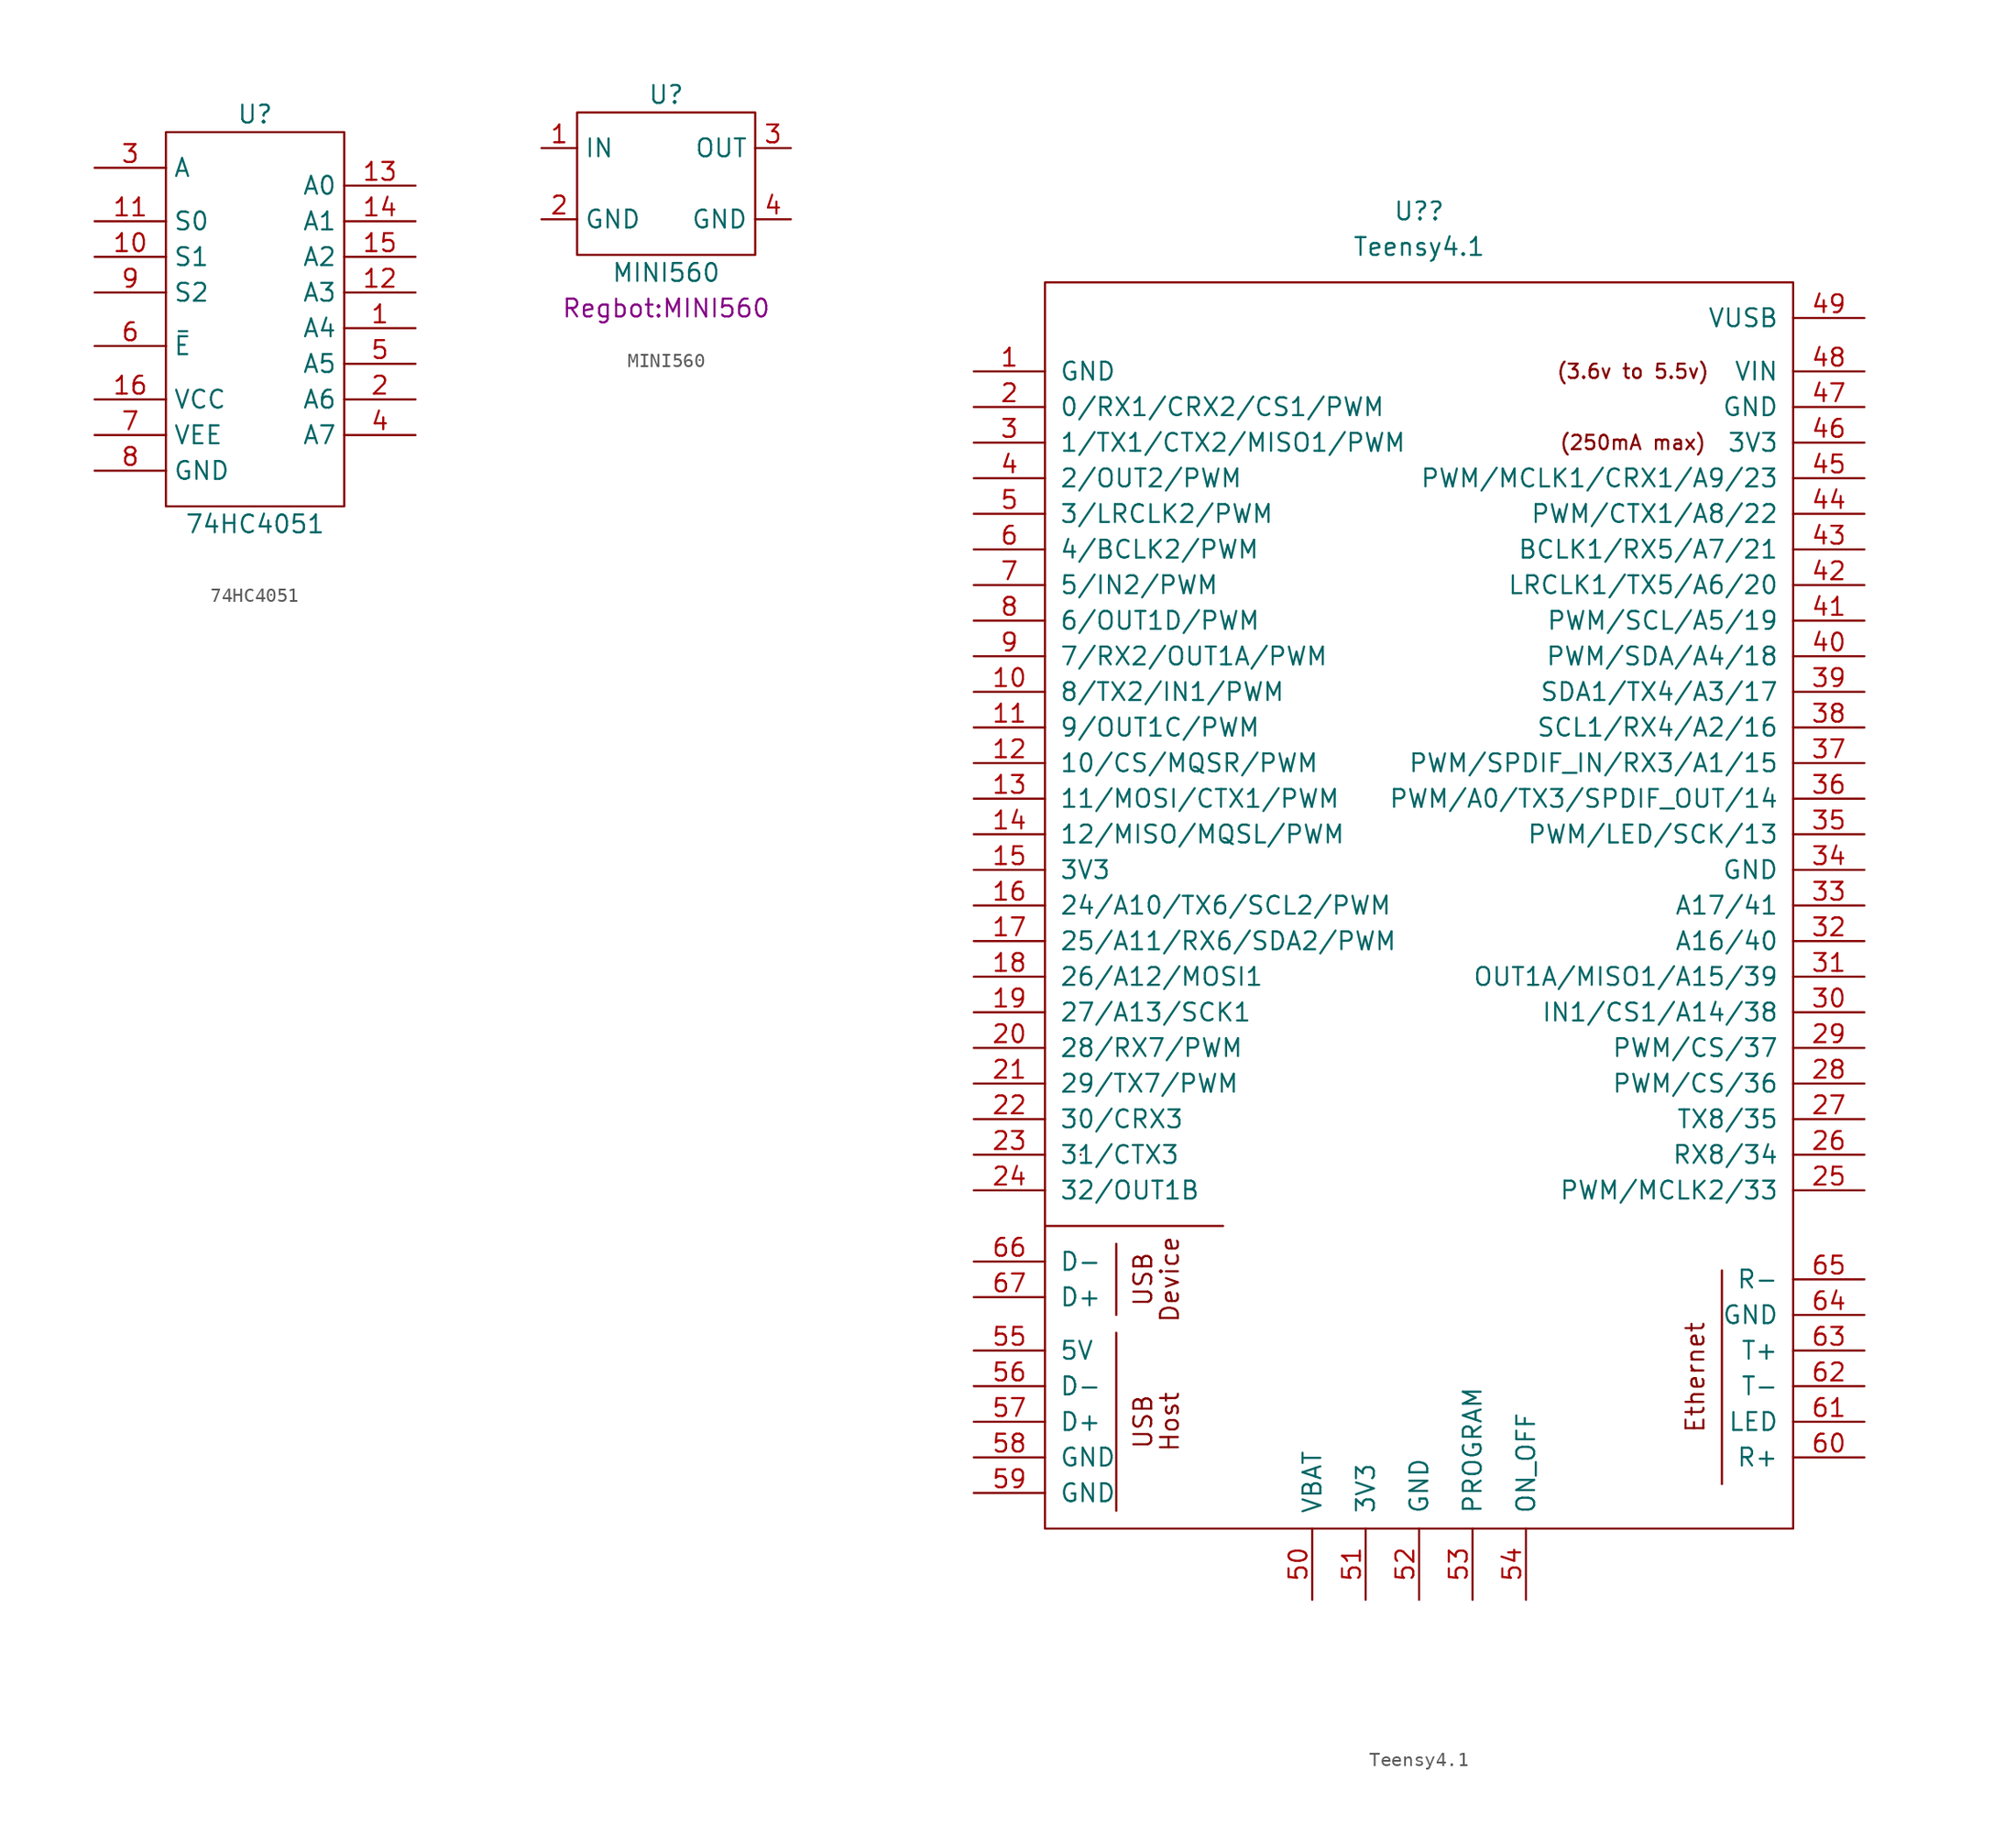
<source format=kicad_sym>
(kicad_symbol_lib
  (version 20211014)
  (generator kicad_symbol_editor)
  (symbol "74HC4051"
    (property "Reference" "U"
      (at 0 13.97 0)
      (effects (font (size 1.27 1.27))))
    (property "Value" "74HC4051"
      (at 0 -15.24 0)
      (effects (font (size 1.27 1.27))))
    (symbol "74HC4051_0_0"
      (pin bidirectional line (at 11.43 -1.27 180) (length 5.08) (name "A4" (effects (font (size 1.27 1.27)))) (number "1" (effects (font (size 1.27 1.27)))))
      (pin input line (at -11.43 3.81 0) (length 5.08) (name "S1" (effects (font (size 1.27 1.27)))) (number "10" (effects (font (size 1.27 1.27)))))
      (pin input line (at -11.43 6.35 0) (length 5.08) (name "S0" (effects (font (size 1.27 1.27)))) (number "11" (effects (font (size 1.27 1.27)))))
      (pin bidirectional line (at 11.43 1.27 180) (length 5.08) (name "A3" (effects (font (size 1.27 1.27)))) (number "12" (effects (font (size 1.27 1.27)))))
      (pin bidirectional line (at 11.43 8.89 180) (length 5.08) (name "A0" (effects (font (size 1.27 1.27)))) (number "13" (effects (font (size 1.27 1.27)))))
      (pin bidirectional line (at 11.43 6.35 180) (length 5.08) (name "A1" (effects (font (size 1.27 1.27)))) (number "14" (effects (font (size 1.27 1.27)))))
      (pin bidirectional line (at 11.43 3.81 180) (length 5.08) (name "A2" (effects (font (size 1.27 1.27)))) (number "15" (effects (font (size 1.27 1.27)))))
      (pin power_in line (at -11.43 -6.35 0) (length 5.08) (name "VCC" (effects (font (size 1.27 1.27)))) (number "16" (effects (font (size 1.27 1.27)))))
      (pin bidirectional line (at 11.43 -6.35 180) (length 5.08) (name "A6" (effects (font (size 1.27 1.27)))) (number "2" (effects (font (size 1.27 1.27)))))
      (pin bidirectional line (at -11.43 10.16 0) (length 5.08) (name "A" (effects (font (size 1.27 1.27)))) (number "3" (effects (font (size 1.27 1.27)))))
      (pin bidirectional line (at 11.43 -8.89 180) (length 5.08) (name "A7" (effects (font (size 1.27 1.27)))) (number "4" (effects (font (size 1.27 1.27)))))
      (pin bidirectional line (at 11.43 -3.81 180) (length 5.08) (name "A5" (effects (font (size 1.27 1.27)))) (number "5" (effects (font (size 1.27 1.27)))))
      (pin input line (at -11.43 -2.54 0) (length 5.08) (name "Ē" (effects (font (size 1.27 1.27)))) (number "6" (effects (font (size 1.27 1.27)))))
      (pin power_in line (at -11.43 -8.89 0) (length 5.08) (name "VEE" (effects (font (size 1.27 1.27)))) (number "7" (effects (font (size 1.27 1.27)))))
      (pin power_in line (at -11.43 -11.43 0) (length 5.08) (name "GND" (effects (font (size 1.27 1.27)))) (number "8" (effects (font (size 1.27 1.27)))))
      (pin input line (at -11.43 1.27 0) (length 5.08) (name "S2" (effects (font (size 1.27 1.27)))) (number "9" (effects (font (size 1.27 1.27))))))
    (symbol "74HC4051_0_1"
      (rectangle (start -6.35 12.7) (end 6.35 -13.97) (stroke (width 0) (type default) (color 0 0 0 0)) (fill (type none)))))
  (symbol "MINI560"
    (property "Reference" "U"
      (at 0 6.35 0)
      (effects (font (size 1.27 1.27))))
    (property "Value" "MINI560"
      (at 0 -6.35 0)
      (effects (font (size 1.27 1.27))))
    (property "Footprint" "Regbot:MINI560"
      (at 0 -8.89 0)
      (effects (font (size 1.27 1.27))))
    (symbol "MINI560_0_1"
      (rectangle (start -6.35 5.08) (end 6.35 -5.08) (stroke (width 0) (type default) (color 0 0 0 0)) (fill (type none))))
    (symbol "MINI560_1_1"
      (pin power_in line (at -8.89 2.54 0) (length 2.54) (name "IN" (effects (font (size 1.27 1.27)))) (number "1" (effects (font (size 1.27 1.27)))))
      (pin power_in line (at -8.89 -2.54 0) (length 2.54) (name "GND" (effects (font (size 1.27 1.27)))) (number "2" (effects (font (size 1.27 1.27)))))
      (pin power_out line (at 8.89 2.54 180) (length 2.54) (name "OUT" (effects (font (size 1.27 1.27)))) (number "3" (effects (font (size 1.27 1.27)))))
      (pin power_in line (at 8.89 -2.54 180) (length 2.54) (name "GND" (effects (font (size 1.27 1.27)))) (number "4" (effects (font (size 1.27 1.27)))))))
  (symbol "Teensy4.1"
    (pin_names
      (offset 1.016))
    (property "Reference" "U?"
      (at 0 66.04 0)
      (effects (font (size 1.27 1.27))))
    (property "Value" "Teensy4.1"
      (at 0 63.5 0)
      (effects (font (size 1.27 1.27))))
    (symbol "Teensy4.1_0_0"
      (polyline (pts (xy -26.67 -6.35) (xy -13.97 -6.35)) (stroke (width 0) (type default) (color 0 0 0 0)) (fill (type none)))
      (polyline (pts (xy -21.59 -26.67) (xy -21.59 -13.97)) (stroke (width 0) (type default) (color 0 0 0 0)) (fill (type none)))
      (polyline (pts (xy -21.59 -7.62) (xy -21.59 -12.7)) (stroke (width 0) (type default) (color 0 0 0 0)) (fill (type none)))
      (polyline (pts (xy 21.59 -9.525) (xy 21.59 -24.765)) (stroke (width 0) (type default) (color 0 0 0 0)) (fill (type none)))
      (text "(250mA max)" (at 15.24 49.53 0) (effects (font (size 1.016 1.016))))
      (text "(3.6v to 5.5v)" (at 15.24 54.61 0) (effects (font (size 1.016 1.016))))
      (text "Device" (at -17.78 -10.16 900) (effects (font (size 1.27 1.27))))
      (text "Ethernet" (at 19.685 -17.145 900) (effects (font (size 1.27 1.27))))
      (text "Host" (at -17.78 -20.32 900) (effects (font (size 1.27 1.27))))
      (text "USB" (at -19.685 -20.32 900) (effects (font (size 1.27 1.27))))
      (text "USB" (at -19.685 -10.16 900) (effects (font (size 1.27 1.27))))
      (pin bidirectional line (at -31.75 31.75 0) (length 5.08) (name "8/TX2/IN1/PWM" (effects (font (size 1.27 1.27)))) (number "10" (effects (font (size 1.27 1.27)))))
      (pin bidirectional line (at -31.75 29.21 0) (length 5.08) (name "9/OUT1C/PWM" (effects (font (size 1.27 1.27)))) (number "11" (effects (font (size 1.27 1.27)))))
      (pin bidirectional line (at -31.75 26.67 0) (length 5.08) (name "10/CS/MQSR/PWM" (effects (font (size 1.27 1.27)))) (number "12" (effects (font (size 1.27 1.27)))))
      (pin bidirectional line (at -31.75 24.13 0) (length 5.08) (name "11/MOSI/CTX1/PWM" (effects (font (size 1.27 1.27)))) (number "13" (effects (font (size 1.27 1.27)))))
      (pin bidirectional line (at -31.75 21.59 0) (length 5.08) (name "12/MISO/MQSL/PWM" (effects (font (size 1.27 1.27)))) (number "14" (effects (font (size 1.27 1.27)))))
      (pin power_in line (at -31.75 19.05 0) (length 5.08) (name "3V3" (effects (font (size 1.27 1.27)))) (number "15" (effects (font (size 1.27 1.27)))))
      (pin bidirectional line (at -31.75 16.51 0) (length 5.08) (name "24/A10/TX6/SCL2/PWM" (effects (font (size 1.27 1.27)))) (number "16" (effects (font (size 1.27 1.27)))))
      (pin bidirectional line (at -31.75 13.97 0) (length 5.08) (name "25/A11/RX6/SDA2/PWM" (effects (font (size 1.27 1.27)))) (number "17" (effects (font (size 1.27 1.27)))))
      (pin bidirectional line (at -31.75 11.43 0) (length 5.08) (name "26/A12/MOSI1" (effects (font (size 1.27 1.27)))) (number "18" (effects (font (size 1.27 1.27)))))
      (pin bidirectional line (at -31.75 8.89 0) (length 5.08) (name "27/A13/SCK1" (effects (font (size 1.27 1.27)))) (number "19" (effects (font (size 1.27 1.27)))))
      (pin bidirectional line (at -31.75 6.35 0) (length 5.08) (name "28/RX7/PWM" (effects (font (size 1.27 1.27)))) (number "20" (effects (font (size 1.27 1.27)))))
      (pin bidirectional line (at -31.75 3.81 0) (length 5.08) (name "29/TX7/PWM" (effects (font (size 1.27 1.27)))) (number "21" (effects (font (size 1.27 1.27)))))
      (pin bidirectional line (at -31.75 1.27 0) (length 5.08) (name "30/CRX3" (effects (font (size 1.27 1.27)))) (number "22" (effects (font (size 1.27 1.27)))))
      (pin bidirectional line (at -31.75 -1.27 0) (length 5.08) (name "31/CTX3" (effects (font (size 1.27 1.27)))) (number "23" (effects (font (size 1.27 1.27)))))
      (pin bidirectional line (at -31.75 -3.81 0) (length 5.08) (name "32/OUT1B" (effects (font (size 1.27 1.27)))) (number "24" (effects (font (size 1.27 1.27)))))
      (pin bidirectional line (at 31.75 -3.81 180) (length 5.08) (name "PWM/MCLK2/33" (effects (font (size 1.27 1.27)))) (number "25" (effects (font (size 1.27 1.27)))))
      (pin bidirectional line (at 31.75 -1.27 180) (length 5.08) (name "RX8/34" (effects (font (size 1.27 1.27)))) (number "26" (effects (font (size 1.27 1.27)))))
      (pin bidirectional line (at 31.75 1.27 180) (length 5.08) (name "TX8/35" (effects (font (size 1.27 1.27)))) (number "27" (effects (font (size 1.27 1.27)))))
      (pin bidirectional line (at 31.75 3.81 180) (length 5.08) (name "PWM/CS/36" (effects (font (size 1.27 1.27)))) (number "28" (effects (font (size 1.27 1.27)))))
      (pin bidirectional line (at 31.75 6.35 180) (length 5.08) (name "PWM/CS/37" (effects (font (size 1.27 1.27)))) (number "29" (effects (font (size 1.27 1.27)))))
      (pin bidirectional line (at 31.75 8.89 180) (length 5.08) (name "IN1/CS1/A14/38" (effects (font (size 1.27 1.27)))) (number "30" (effects (font (size 1.27 1.27)))))
      (pin bidirectional line (at 31.75 11.43 180) (length 5.08) (name "OUT1A/MISO1/A15/39" (effects (font (size 1.27 1.27)))) (number "31" (effects (font (size 1.27 1.27)))))
      (pin bidirectional line (at 31.75 13.97 180) (length 5.08) (name "A16/40" (effects (font (size 1.27 1.27)))) (number "32" (effects (font (size 1.27 1.27)))))
      (pin bidirectional line (at 31.75 16.51 180) (length 5.08) (name "A17/41" (effects (font (size 1.27 1.27)))) (number "33" (effects (font (size 1.27 1.27)))))
      (pin bidirectional line (at 31.75 21.59 180) (length 5.08) (name "PWM/LED/SCK/13" (effects (font (size 1.27 1.27)))) (number "35" (effects (font (size 1.27 1.27)))))
      (pin bidirectional line (at 31.75 24.13 180) (length 5.08) (name "PWM/A0/TX3/SPDIF_OUT/14" (effects (font (size 1.27 1.27)))) (number "36" (effects (font (size 1.27 1.27)))))
      (pin bidirectional line (at 31.75 26.67 180) (length 5.08) (name "PWM/SPDIF_IN/RX3/A1/15" (effects (font (size 1.27 1.27)))) (number "37" (effects (font (size 1.27 1.27)))))
      (pin bidirectional line (at 31.75 29.21 180) (length 5.08) (name "SCL1/RX4/A2/16" (effects (font (size 1.27 1.27)))) (number "38" (effects (font (size 1.27 1.27)))))
      (pin bidirectional line (at 31.75 31.75 180) (length 5.08) (name "SDA1/TX4/A3/17" (effects (font (size 1.27 1.27)))) (number "39" (effects (font (size 1.27 1.27)))))
      (pin bidirectional line (at 31.75 34.29 180) (length 5.08) (name "PWM/SDA/A4/18" (effects (font (size 1.27 1.27)))) (number "40" (effects (font (size 1.27 1.27)))))
      (pin bidirectional line (at 31.75 36.83 180) (length 5.08) (name "PWM/SCL/A5/19" (effects (font (size 1.27 1.27)))) (number "41" (effects (font (size 1.27 1.27)))))
      (pin bidirectional line (at 31.75 39.37 180) (length 5.08) (name "LRCLK1/TX5/A6/20" (effects (font (size 1.27 1.27)))) (number "42" (effects (font (size 1.27 1.27)))))
      (pin bidirectional line (at 31.75 41.91 180) (length 5.08) (name "BCLK1/RX5/A7/21" (effects (font (size 1.27 1.27)))) (number "43" (effects (font (size 1.27 1.27)))))
      (pin bidirectional line (at 31.75 44.45 180) (length 5.08) (name "PWM/CTX1/A8/22" (effects (font (size 1.27 1.27)))) (number "44" (effects (font (size 1.27 1.27)))))
      (pin bidirectional line (at 31.75 46.99 180) (length 5.08) (name "PWM/MCLK1/CRX1/A9/23" (effects (font (size 1.27 1.27)))) (number "45" (effects (font (size 1.27 1.27)))))
      (pin output line (at 31.75 49.53 180) (length 5.08) (name "3V3" (effects (font (size 1.27 1.27)))) (number "46" (effects (font (size 1.27 1.27)))))
      (pin output line (at 31.75 52.07 180) (length 5.08) (name "GND" (effects (font (size 1.27 1.27)))) (number "47" (effects (font (size 1.27 1.27)))))
      (pin power_in line (at 31.75 54.61 180) (length 5.08) (name "VIN" (effects (font (size 1.27 1.27)))) (number "48" (effects (font (size 1.27 1.27)))))
      (pin power_out line (at 31.75 58.42 180) (length 5.08) (name "VUSB" (effects (font (size 1.27 1.27)))) (number "49" (effects (font (size 1.27 1.27)))))
      (pin bidirectional line (at -31.75 44.45 0) (length 5.08) (name "3/LRCLK2/PWM" (effects (font (size 1.27 1.27)))) (number "5" (effects (font (size 1.27 1.27)))))
      (pin power_in line (at -7.62 -33.02 90) (length 5.08) (name "VBAT" (effects (font (size 1.27 1.27)))) (number "50" (effects (font (size 1.27 1.27)))))
      (pin power_in line (at -3.81 -33.02 90) (length 5.08) (name "3V3" (effects (font (size 1.27 1.27)))) (number "51" (effects (font (size 1.27 1.27)))))
      (pin input line (at 0 -33.02 90) (length 5.08) (name "GND" (effects (font (size 1.27 1.27)))) (number "52" (effects (font (size 1.27 1.27)))))
      (pin input line (at 3.81 -33.02 90) (length 5.08) (name "PROGRAM" (effects (font (size 1.27 1.27)))) (number "53" (effects (font (size 1.27 1.27)))))
      (pin input line (at 7.62 -33.02 90) (length 5.08) (name "ON_OFF" (effects (font (size 1.27 1.27)))) (number "54" (effects (font (size 1.27 1.27)))))
      (pin power_out line (at -31.75 -15.24 0) (length 5.08) (name "5V" (effects (font (size 1.27 1.27)))) (number "55" (effects (font (size 1.27 1.27)))))
      (pin bidirectional line (at -31.75 -17.78 0) (length 5.08) (name "D-" (effects (font (size 1.27 1.27)))) (number "56" (effects (font (size 1.27 1.27)))))
      (pin bidirectional line (at -31.75 -20.32 0) (length 5.08) (name "D+" (effects (font (size 1.27 1.27)))) (number "57" (effects (font (size 1.27 1.27)))))
      (pin power_in line (at -31.75 -22.86 0) (length 5.08) (name "GND" (effects (font (size 1.27 1.27)))) (number "58" (effects (font (size 1.27 1.27)))))
      (pin power_in line (at -31.75 -25.4 0) (length 5.08) (name "GND" (effects (font (size 1.27 1.27)))) (number "59" (effects (font (size 1.27 1.27)))))
      (pin bidirectional line (at -31.75 41.91 0) (length 5.08) (name "4/BCLK2/PWM" (effects (font (size 1.27 1.27)))) (number "6" (effects (font (size 1.27 1.27)))))
      (pin bidirectional line (at 31.75 -22.86 180) (length 5.08) (name "R+" (effects (font (size 1.27 1.27)))) (number "60" (effects (font (size 1.27 1.27)))))
      (pin bidirectional line (at 31.75 -20.32 180) (length 5.08) (name "LED" (effects (font (size 1.27 1.27)))) (number "61" (effects (font (size 1.27 1.27)))))
      (pin bidirectional line (at 31.75 -17.78 180) (length 5.08) (name "T-" (effects (font (size 1.27 1.27)))) (number "62" (effects (font (size 1.27 1.27)))))
      (pin bidirectional line (at 31.75 -15.24 180) (length 5.08) (name "T+" (effects (font (size 1.27 1.27)))) (number "63" (effects (font (size 1.27 1.27)))))
      (pin power_in line (at 31.75 -12.7 180) (length 5.08) (name "GND" (effects (font (size 1.27 1.27)))) (number "64" (effects (font (size 1.27 1.27)))))
      (pin bidirectional line (at 31.75 -10.16 180) (length 5.08) (name "R-" (effects (font (size 1.27 1.27)))) (number "65" (effects (font (size 1.27 1.27)))))
      (pin bidirectional line (at -31.75 -8.89 0) (length 5.08) (name "D-" (effects (font (size 1.27 1.27)))) (number "66" (effects (font (size 1.27 1.27)))))
      (pin bidirectional line (at -31.75 -11.43 0) (length 5.08) (name "D+" (effects (font (size 1.27 1.27)))) (number "67" (effects (font (size 1.27 1.27)))))
      (pin bidirectional line (at -31.75 39.37 0) (length 5.08) (name "5/IN2/PWM" (effects (font (size 1.27 1.27)))) (number "7" (effects (font (size 1.27 1.27)))))
      (pin bidirectional line (at -31.75 36.83 0) (length 5.08) (name "6/OUT1D/PWM" (effects (font (size 1.27 1.27)))) (number "8" (effects (font (size 1.27 1.27)))))
      (pin bidirectional line (at -31.75 34.29 0) (length 5.08) (name "7/RX2/OUT1A/PWM" (effects (font (size 1.27 1.27)))) (number "9" (effects (font (size 1.27 1.27))))))
    (symbol "Teensy4.1_0_1"
      (rectangle (start -26.67 60.96) (end 26.67 -27.94) (stroke (width 0) (type default) (color 0 0 0 0)) (fill (type none)))
      (rectangle (start -24.13 -1.27) (end -24.13 -1.27) (stroke (width 0) (type default) (color 0 0 0 0)) (fill (type none))))
    (symbol "Teensy4.1_1_1"
      (pin power_in line (at -31.75 54.61 0) (length 5.08) (name "GND" (effects (font (size 1.27 1.27)))) (number "1" (effects (font (size 1.27 1.27)))))
      (pin bidirectional line (at -31.75 52.07 0) (length 5.08) (name "0/RX1/CRX2/CS1/PWM" (effects (font (size 1.27 1.27)))) (number "2" (effects (font (size 1.27 1.27)))))
      (pin bidirectional line (at -31.75 49.53 0) (length 5.08) (name "1/TX1/CTX2/MISO1/PWM" (effects (font (size 1.27 1.27)))) (number "3" (effects (font (size 1.27 1.27)))))
      (pin power_in line (at 31.75 19.05 180) (length 5.08) (name "GND" (effects (font (size 1.27 1.27)))) (number "34" (effects (font (size 1.27 1.27)))))
      (pin bidirectional line (at -31.75 46.99 0) (length 5.08) (name "2/OUT2/PWM" (effects (font (size 1.27 1.27)))) (number "4" (effects (font (size 1.27 1.27))))))))
</source>
